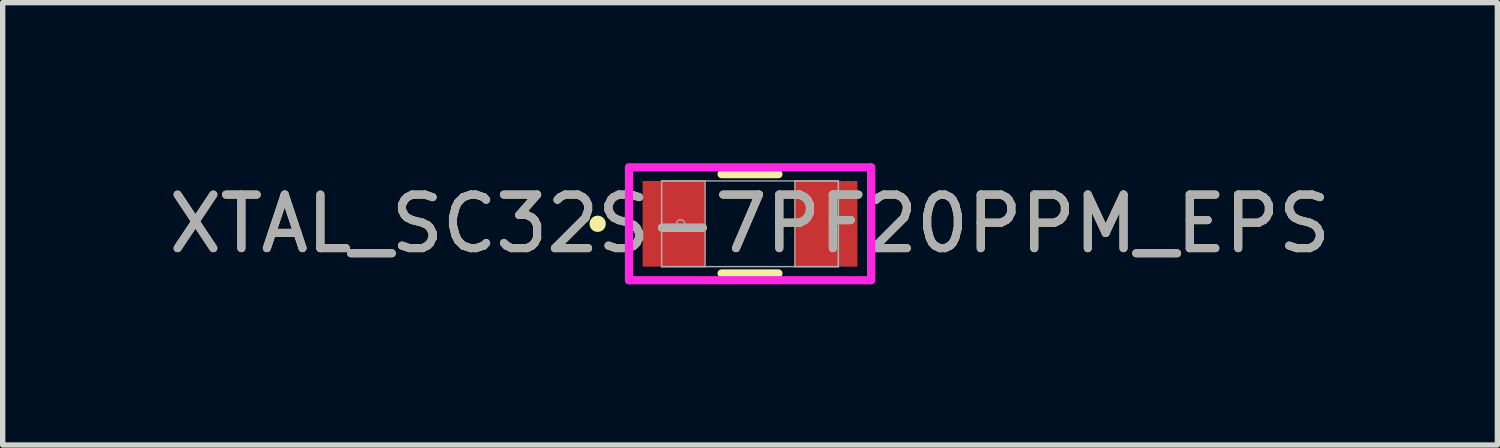
<source format=kicad_pcb>
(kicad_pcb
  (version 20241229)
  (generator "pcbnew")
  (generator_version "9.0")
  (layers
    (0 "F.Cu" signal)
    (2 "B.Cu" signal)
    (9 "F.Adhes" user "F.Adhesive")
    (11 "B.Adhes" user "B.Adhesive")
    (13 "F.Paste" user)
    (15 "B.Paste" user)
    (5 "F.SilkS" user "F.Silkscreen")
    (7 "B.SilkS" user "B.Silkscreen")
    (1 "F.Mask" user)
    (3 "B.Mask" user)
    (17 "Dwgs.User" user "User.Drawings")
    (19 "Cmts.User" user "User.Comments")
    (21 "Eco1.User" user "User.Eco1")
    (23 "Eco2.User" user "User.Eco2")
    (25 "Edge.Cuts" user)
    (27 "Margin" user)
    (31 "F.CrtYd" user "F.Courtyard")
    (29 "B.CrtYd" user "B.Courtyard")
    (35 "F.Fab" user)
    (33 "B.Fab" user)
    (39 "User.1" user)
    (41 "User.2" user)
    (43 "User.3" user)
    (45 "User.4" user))
  (footprint "XTAL_SC32S-7PF20PPM_EPS"
    (layer "F.Cu")
    (at 10.958 1.13)
    (property "Reference" "XTAL_SC32S-7PF20PPM_EPS" (at 0 0 0) (unlocked yes) (layer "F.SilkS") (effects (font (size 1 1) (thickness 0.15))))
    (attr smd)
    (fp_line (start -0.531 0.927) (end 0.531 0.927) (stroke (width 0.152) (type solid)) (layer "F.SilkS"))
    (fp_line (start 0.531 -0.927) (end -0.531 -0.927) (stroke (width 0.152) (type solid)) (layer "F.SilkS"))
    (fp_circle (center -2.845 0) (end -2.769 0) (stroke (width 0.152) (type solid)) (fill no) (layer "F.SilkS"))
    (fp_line (start -2.261 -1.054) (end 2.261 -1.054) (stroke (width 0.152) (type solid)) (layer "F.CrtYd"))
    (fp_line (start -2.261 1.054) (end -2.261 -1.054) (stroke (width 0.152) (type solid)) (layer "F.CrtYd"))
    (fp_line (start 2.261 -1.054) (end 2.261 1.054) (stroke (width 0.152) (type solid)) (layer "F.CrtYd"))
    (fp_line (start 2.261 1.054) (end -2.261 1.054) (stroke (width 0.152) (type solid)) (layer "F.CrtYd"))
    (fp_line (start -1.651 -0.8) (end -1.651 0.8) (stroke (width 0.025) (type solid)) (layer "F.Fab"))
    (fp_line (start -1.651 -0.8) (end -1.651 0.8) (stroke (width 0.025) (type solid)) (layer "F.Fab"))
    (fp_line (start -1.651 0.8) (end -0.838 0.8) (stroke (width 0.025) (type solid)) (layer "F.Fab"))
    (fp_line (start -1.651 0.8) (end 1.651 0.8) (stroke (width 0.025) (type solid)) (layer "F.Fab"))
    (fp_line (start -0.838 -0.8) (end -1.651 -0.8) (stroke (width 0.025) (type solid)) (layer "F.Fab"))
    (fp_line (start -0.838 0.8) (end -0.838 -0.8) (stroke (width 0.025) (type solid)) (layer "F.Fab"))
    (fp_line (start 0.838 -0.8) (end 0.838 0.8) (stroke (width 0.025) (type solid)) (layer "F.Fab"))
    (fp_line (start 0.838 0.8) (end 1.651 0.8) (stroke (width 0.025) (type solid)) (layer "F.Fab"))
    (fp_line (start 1.651 -0.8) (end -1.651 -0.8) (stroke (width 0.025) (type solid)) (layer "F.Fab"))
    (fp_line (start 1.651 -0.8) (end 0.838 -0.8) (stroke (width 0.025) (type solid)) (layer "F.Fab"))
    (fp_line (start 1.651 0.8) (end 1.651 -0.8) (stroke (width 0.025) (type solid)) (layer "F.Fab"))
    (fp_line (start 1.651 0.8) (end 1.651 -0.8) (stroke (width 0.025) (type solid)) (layer "F.Fab"))
    (fp_circle (center -1.295 0) (end -1.219 0) (stroke (width 0.025) (type solid)) (fill no) (layer "F.Fab"))
    (fp_text user "${REFERENCE}" (at 0 0 0) (unlocked yes) (layer "F.Fab") (effects (font (size 1 1) (thickness 0.15))))
    (pad "1" smd rect (at -1.422 0) (size 1.168 1.6) (layers "F.Cu" "F.Mask" "F.Paste"))
    (pad "2" smd rect (at 1.422 0) (size 1.168 1.6) (layers "F.Cu" "F.Mask" "F.Paste"))
    (zone (net_name "") (layer "F.Cu") (hatch full 0.508) (connect_pads) (min_thickness 0.254) (filled_areas_thickness no) (keepout (tracks not_allowed) (vias not_allowed) (pads allowed) (copperpour not_allowed) (footprints allowed)) (placement (enabled no)) (fill) (polygon (pts (xy 10.171 0.381) (xy 11.746 0.381) (xy 11.746 1.88) (xy 10.171 1.88)))))
  (gr_rect
    (start -3 -3)
    (end 24.917 5.261)
    (stroke (width 0.1) (type default))
    (fill no)
    (layer "Edge.Cuts")))
</source>
